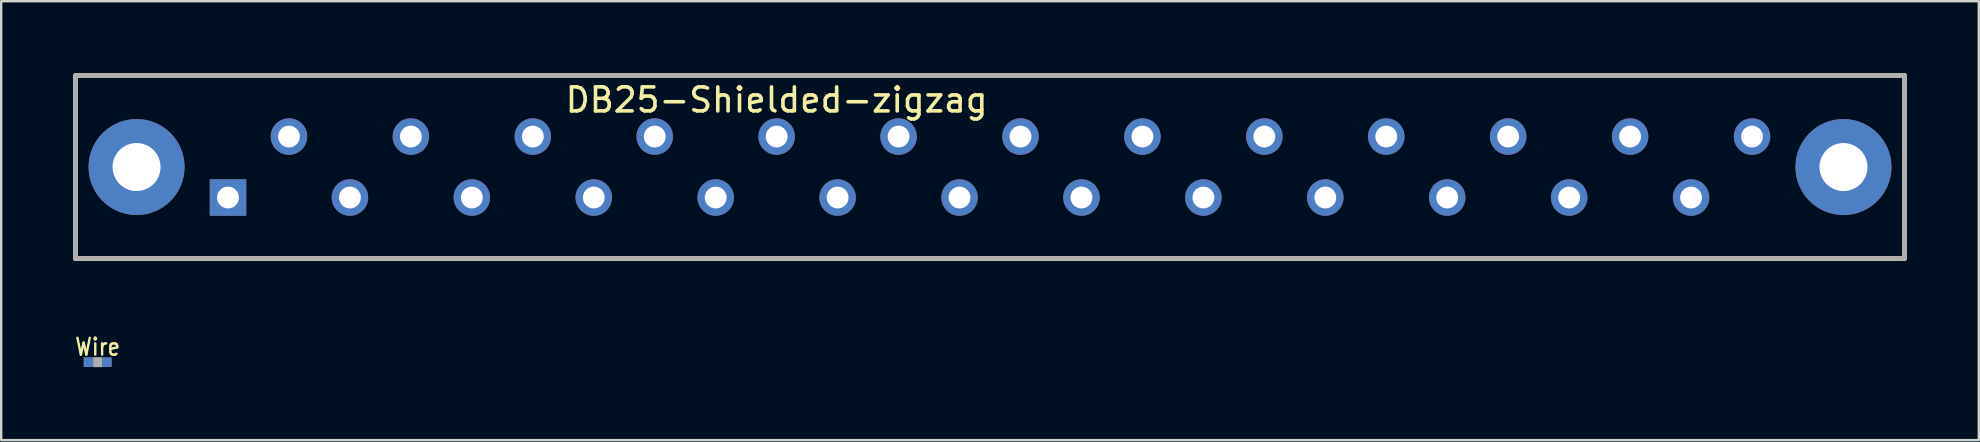
<source format=kicad_pcb>
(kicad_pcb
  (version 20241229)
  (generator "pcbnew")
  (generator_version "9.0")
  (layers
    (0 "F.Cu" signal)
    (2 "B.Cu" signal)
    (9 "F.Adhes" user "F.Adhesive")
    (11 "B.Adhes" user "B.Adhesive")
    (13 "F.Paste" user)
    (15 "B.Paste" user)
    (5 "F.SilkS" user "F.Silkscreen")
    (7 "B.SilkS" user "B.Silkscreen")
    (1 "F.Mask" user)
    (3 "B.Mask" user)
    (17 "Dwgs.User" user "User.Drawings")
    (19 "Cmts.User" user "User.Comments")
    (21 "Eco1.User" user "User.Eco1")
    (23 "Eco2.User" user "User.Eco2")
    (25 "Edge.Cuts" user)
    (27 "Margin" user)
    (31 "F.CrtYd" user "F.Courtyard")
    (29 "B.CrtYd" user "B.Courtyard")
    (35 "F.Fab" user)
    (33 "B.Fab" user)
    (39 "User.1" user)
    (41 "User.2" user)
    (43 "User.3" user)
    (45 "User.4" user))
  (footprint "DB25-Shielded-zigzag"
    (layer "F.Cu")
    (at 6.45 5.18)
    (property "Reference" "DB25-Shielded-zigzag" (at 22.86 -4.064 0) (layer "F.SilkS") (effects (font (size 1 1) (thickness 0.15))))
    (attr through_hole)
    (fp_line (start -6.35 -5.08) (end -6.35 2.54) (stroke (width 0.2) (type solid)) (layer "F.SilkS"))
    (fp_line (start -6.35 2.54) (end 69.85 2.54) (stroke (width 0.2) (type solid)) (layer "F.SilkS"))
    (fp_line (start 69.85 -5.08) (end -6.35 -5.08) (stroke (width 0.2) (type solid)) (layer "F.SilkS"))
    (fp_line (start 69.85 2.54) (end 69.85 -5.08) (stroke (width 0.2) (type solid)) (layer "F.SilkS"))
    (fp_line (start -6.35 -5.08) (end -6.35 2.54) (stroke (width 0.2) (type solid)) (layer "F.Fab"))
    (fp_line (start -6.35 -5.08) (end 69.85 -5.08) (stroke (width 0.2) (type solid)) (layer "F.Fab"))
    (fp_line (start -6.35 2.54) (end 69.85 2.54) (stroke (width 0.2) (type solid)) (layer "F.Fab"))
    (fp_line (start 69.85 -5.08) (end 69.85 2.54) (stroke (width 0.2) (type solid)) (layer "F.Fab"))
    (pad "0" thru_hole circle (at -3.81 -1.27) (size 4 4) (drill 2) (layers "*.Cu" "*.Mask"))
    (pad "0" thru_hole circle (at 67.31 -1.27) (size 4 4) (drill 2) (layers "*.Cu" "*.Mask"))
    (pad "1" thru_hole rect (at 0 0) (size 1.52 1.52) (drill 0.91) (layers "*.Cu" "*.Mask"))
    (pad "2" thru_hole circle (at 5.08 0) (size 1.52 1.52) (drill 0.91) (layers "*.Cu" "*.Mask"))
    (pad "3" thru_hole circle (at 10.16 0) (size 1.52 1.52) (drill 0.91) (layers "*.Cu" "*.Mask"))
    (pad "4" thru_hole circle (at 15.24 0) (size 1.52 1.52) (drill 0.91) (layers "*.Cu" "*.Mask"))
    (pad "5" thru_hole circle (at 20.32 0) (size 1.52 1.52) (drill 0.91) (layers "*.Cu" "*.Mask"))
    (pad "6" thru_hole circle (at 25.4 0) (size 1.52 1.52) (drill 0.91) (layers "*.Cu" "*.Mask"))
    (pad "7" thru_hole circle (at 30.48 0) (size 1.52 1.52) (drill 0.91) (layers "*.Cu" "*.Mask"))
    (pad "8" thru_hole circle (at 35.56 0) (size 1.52 1.52) (drill 0.91) (layers "*.Cu" "*.Mask"))
    (pad "9" thru_hole circle (at 40.64 0) (size 1.52 1.52) (drill 0.91) (layers "*.Cu" "*.Mask"))
    (pad "10" thru_hole circle (at 45.72 0) (size 1.52 1.52) (drill 0.91) (layers "*.Cu" "*.Mask"))
    (pad "11" thru_hole circle (at 50.8 0) (size 1.52 1.52) (drill 0.91) (layers "*.Cu" "*.Mask"))
    (pad "12" thru_hole circle (at 55.88 0) (size 1.52 1.52) (drill 0.91) (layers "*.Cu" "*.Mask"))
    (pad "13" thru_hole circle (at 60.96 0) (size 1.52 1.52) (drill 0.91) (layers "*.Cu" "*.Mask"))
    (pad "14" thru_hole circle (at 2.54 -2.54) (size 1.52 1.52) (drill 0.91) (layers "*.Cu" "*.Mask"))
    (pad "15" thru_hole circle (at 7.62 -2.54) (size 1.52 1.52) (drill 0.91) (layers "*.Cu" "*.Mask"))
    (pad "16" thru_hole circle (at 12.7 -2.54) (size 1.52 1.52) (drill 0.91) (layers "*.Cu" "*.Mask"))
    (pad "17" thru_hole circle (at 17.78 -2.54) (size 1.52 1.52) (drill 0.91) (layers "*.Cu" "*.Mask"))
    (pad "18" thru_hole circle (at 22.86 -2.54) (size 1.52 1.52) (drill 0.91) (layers "*.Cu" "*.Mask"))
    (pad "19" thru_hole circle (at 27.94 -2.54) (size 1.52 1.52) (drill 0.91) (layers "*.Cu" "*.Mask"))
    (pad "20" thru_hole circle (at 33.02 -2.54) (size 1.52 1.52) (drill 0.91) (layers "*.Cu" "*.Mask"))
    (pad "21" thru_hole circle (at 38.1 -2.54) (size 1.52 1.52) (drill 0.91) (layers "*.Cu" "*.Mask"))
    (pad "22" thru_hole circle (at 43.18 -2.54) (size 1.52 1.52) (drill 0.91) (layers "*.Cu" "*.Mask"))
    (pad "23" thru_hole circle (at 48.26 -2.54) (size 1.52 1.52) (drill 0.91) (layers "*.Cu" "*.Mask"))
    (pad "24" thru_hole circle (at 53.34 -2.54) (size 1.52 1.52) (drill 0.91) (layers "*.Cu" "*.Mask"))
    (pad "25" thru_hole circle (at 58.42 -2.54) (size 1.52 1.52) (drill 0.91) (layers "*.Cu" "*.Mask"))
    (pad "26" thru_hole circle (at 63.5 -2.54) (size 1.52 1.52) (drill 0.91) (layers "*.Cu" "*.Mask")))
  (footprint "Wire"
    (layer "F.Cu")
    (at 1.019 12.04)
    (property "Reference" "Wire" (at 0 -0.635 0) (layer "F.SilkS") (effects (font (size 0.7 0.6) (thickness 0.1))))
    (attr through_hole)
    (fp_line (start -0.152 -0.178) (end 0.152 -0.178) (stroke (width 0.06) (type solid)) (layer "F.Fab"))
    (fp_line (start -0.152 -0.152) (end 0.152 -0.152) (stroke (width 0.06) (type solid)) (layer "F.Fab"))
    (fp_line (start -0.152 -0.127) (end 0.152 -0.127) (stroke (width 0.06) (type solid)) (layer "F.Fab"))
    (fp_line (start -0.152 -0.102) (end 0.152 -0.102) (stroke (width 0.06) (type solid)) (layer "F.Fab"))
    (fp_line (start -0.152 -0.076) (end 0.152 -0.076) (stroke (width 0.06) (type solid)) (layer "F.Fab"))
    (fp_line (start -0.152 -0.051) (end 0.152 -0.051) (stroke (width 0.06) (type solid)) (layer "F.Fab"))
    (fp_line (start -0.152 -0.025) (end 0.152 -0.025) (stroke (width 0.06) (type solid)) (layer "F.Fab"))
    (fp_line (start -0.152 0) (end 0.152 0) (stroke (width 0.06) (type solid)) (layer "F.Fab"))
    (fp_line (start -0.152 0.025) (end 0.152 0.025) (stroke (width 0.06) (type solid)) (layer "F.Fab"))
    (fp_line (start -0.152 0.051) (end 0.152 0.051) (stroke (width 0.06) (type solid)) (layer "F.Fab"))
    (fp_line (start -0.152 0.076) (end 0.152 0.076) (stroke (width 0.06) (type solid)) (layer "F.Fab"))
    (fp_line (start -0.152 0.102) (end 0.152 0.102) (stroke (width 0.06) (type solid)) (layer "F.Fab"))
    (fp_line (start -0.152 0.127) (end 0.152 0.127) (stroke (width 0.06) (type solid)) (layer "F.Fab"))
    (fp_line (start -0.152 0.152) (end 0.152 0.152) (stroke (width 0.06) (type solid)) (layer "F.Fab"))
    (fp_line (start -0.152 0.178) (end 0.152 0.178) (stroke (width 0.06) (type solid)) (layer "F.Fab"))
    (pad "1" thru_hole rect (at -0.381 0) (size 0.4 0.4) (drill 0.0001) (layers "*.Cu" "*.Mask"))
    (pad "2" thru_hole rect (at 0.381 0) (size 0.4 0.4) (drill 0.0001) (layers "*.Cu" "*.Mask")))
  (gr_rect
    (start -3 -3)
    (end 79.4 15.29)
    (stroke (width 0.1) (type default))
    (fill no)
    (layer "Edge.Cuts")))
</source>
